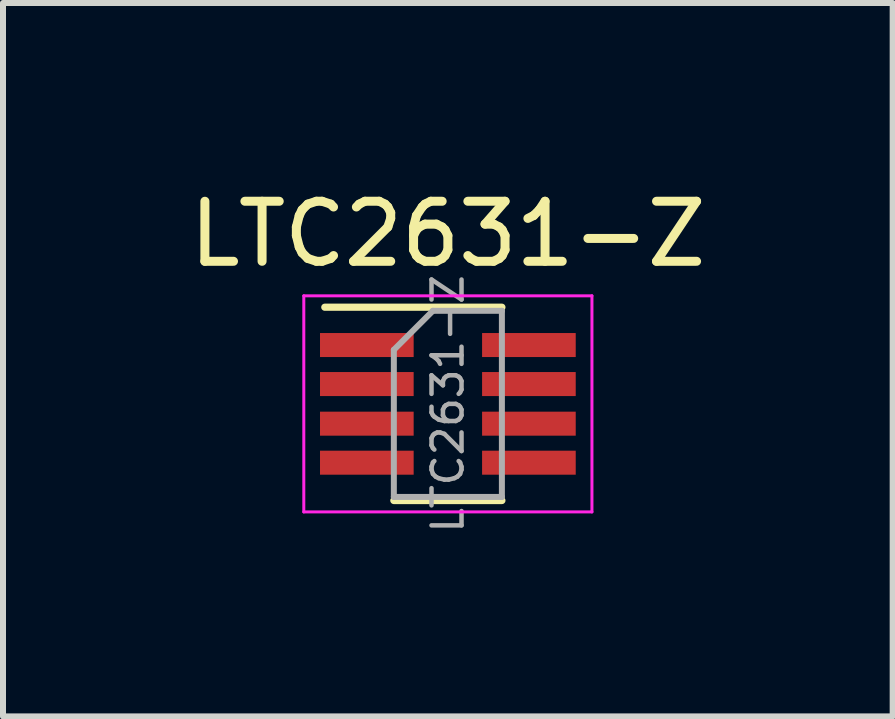
<source format=kicad_pcb>
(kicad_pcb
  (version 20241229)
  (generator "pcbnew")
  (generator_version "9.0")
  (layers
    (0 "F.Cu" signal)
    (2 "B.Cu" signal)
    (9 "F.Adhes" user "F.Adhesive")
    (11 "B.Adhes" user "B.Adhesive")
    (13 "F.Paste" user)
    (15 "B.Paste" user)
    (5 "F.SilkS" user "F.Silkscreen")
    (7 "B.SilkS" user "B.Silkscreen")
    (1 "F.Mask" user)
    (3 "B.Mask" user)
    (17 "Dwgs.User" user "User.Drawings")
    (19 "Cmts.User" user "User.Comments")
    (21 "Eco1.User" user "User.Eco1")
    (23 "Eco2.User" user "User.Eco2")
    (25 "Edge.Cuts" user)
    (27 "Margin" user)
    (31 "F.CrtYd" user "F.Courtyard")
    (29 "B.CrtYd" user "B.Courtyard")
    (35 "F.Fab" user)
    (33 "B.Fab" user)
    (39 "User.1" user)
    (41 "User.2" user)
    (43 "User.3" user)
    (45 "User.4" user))
  (footprint "LTC2631-Z"
    (layer "F.Cu")
    (at 4.411 3.388)
    (property "Reference" "LTC2631-Z" (at 0 -2.54 0) (unlocked yes) (layer "F.SilkS") (effects (font (size 1 1) (thickness 0.15))))
    (attr smd)
    (fp_line (start -0.9 1.9) (end 0.9 1.9) (stroke (width 0.12) (type solid)) (layer "F.SilkS"))
    (fp_line (start 0.9 -1.32) (end -2.05 -1.32) (stroke (width 0.12) (type solid)) (layer "F.SilkS"))
    (fp_line (start -2.4 -1.51) (end 2.4 -1.51) (stroke (width 0.05) (type solid)) (layer "F.CrtYd"))
    (fp_line (start -2.4 2.09) (end -2.4 -1.51) (stroke (width 0.05) (type solid)) (layer "F.CrtYd"))
    (fp_line (start 2.4 -1.51) (end 2.4 2.09) (stroke (width 0.05) (type solid)) (layer "F.CrtYd"))
    (fp_line (start 2.4 2.09) (end -2.4 2.09) (stroke (width 0.05) (type solid)) (layer "F.CrtYd"))
    (fp_line (start -0.9 -0.61) (end -0.9 1.84) (stroke (width 0.1) (type solid)) (layer "F.Fab"))
    (fp_line (start -0.9 -0.61) (end -0.25 -1.26) (stroke (width 0.1) (type solid)) (layer "F.Fab"))
    (fp_line (start 0.9 -1.26) (end -0.25 -1.26) (stroke (width 0.1) (type solid)) (layer "F.Fab"))
    (fp_line (start 0.9 -1.26) (end 0.9 1.84) (stroke (width 0.1) (type solid)) (layer "F.Fab"))
    (fp_line (start 0.9 1.84) (end -0.9 1.84) (stroke (width 0.1) (type solid)) (layer "F.Fab"))
    (fp_text user "${REFERENCE}" (at 0 0.29 90) (layer "F.Fab") (effects (font (size 0.5 0.5) (thickness 0.075))))
    (pad "1" smd rect (at -1.35 -0.69) (size 1.56 0.4) (layers "F.Cu" "F.Mask" "F.Paste"))
    (pad "2" smd rect (at -1.35 -0.04) (size 1.56 0.4) (layers "F.Cu" "F.Mask" "F.Paste"))
    (pad "3" smd rect (at -1.35 0.62) (size 1.56 0.4) (layers "F.Cu" "F.Mask" "F.Paste"))
    (pad "4" smd rect (at -1.35 1.27) (size 1.56 0.4) (layers "F.Cu" "F.Mask" "F.Paste"))
    (pad "5" smd rect (at 1.35 1.27) (size 1.56 0.4) (layers "F.Cu" "F.Mask" "F.Paste"))
    (pad "6" smd rect (at 1.35 0.62) (size 1.56 0.4) (layers "F.Cu" "F.Mask" "F.Paste"))
    (pad "7" smd rect (at 1.35 -0.04) (size 1.56 0.4) (layers "F.Cu" "F.Mask" "F.Paste"))
    (pad "8" smd rect (at 1.35 -0.69) (size 1.56 0.4) (layers "F.Cu" "F.Mask" "F.Paste")))
  (gr_rect
    (start -3 -3)
    (end 11.821 8.884)
    (stroke (width 0.1) (type default))
    (fill no)
    (layer "Edge.Cuts")))
</source>
